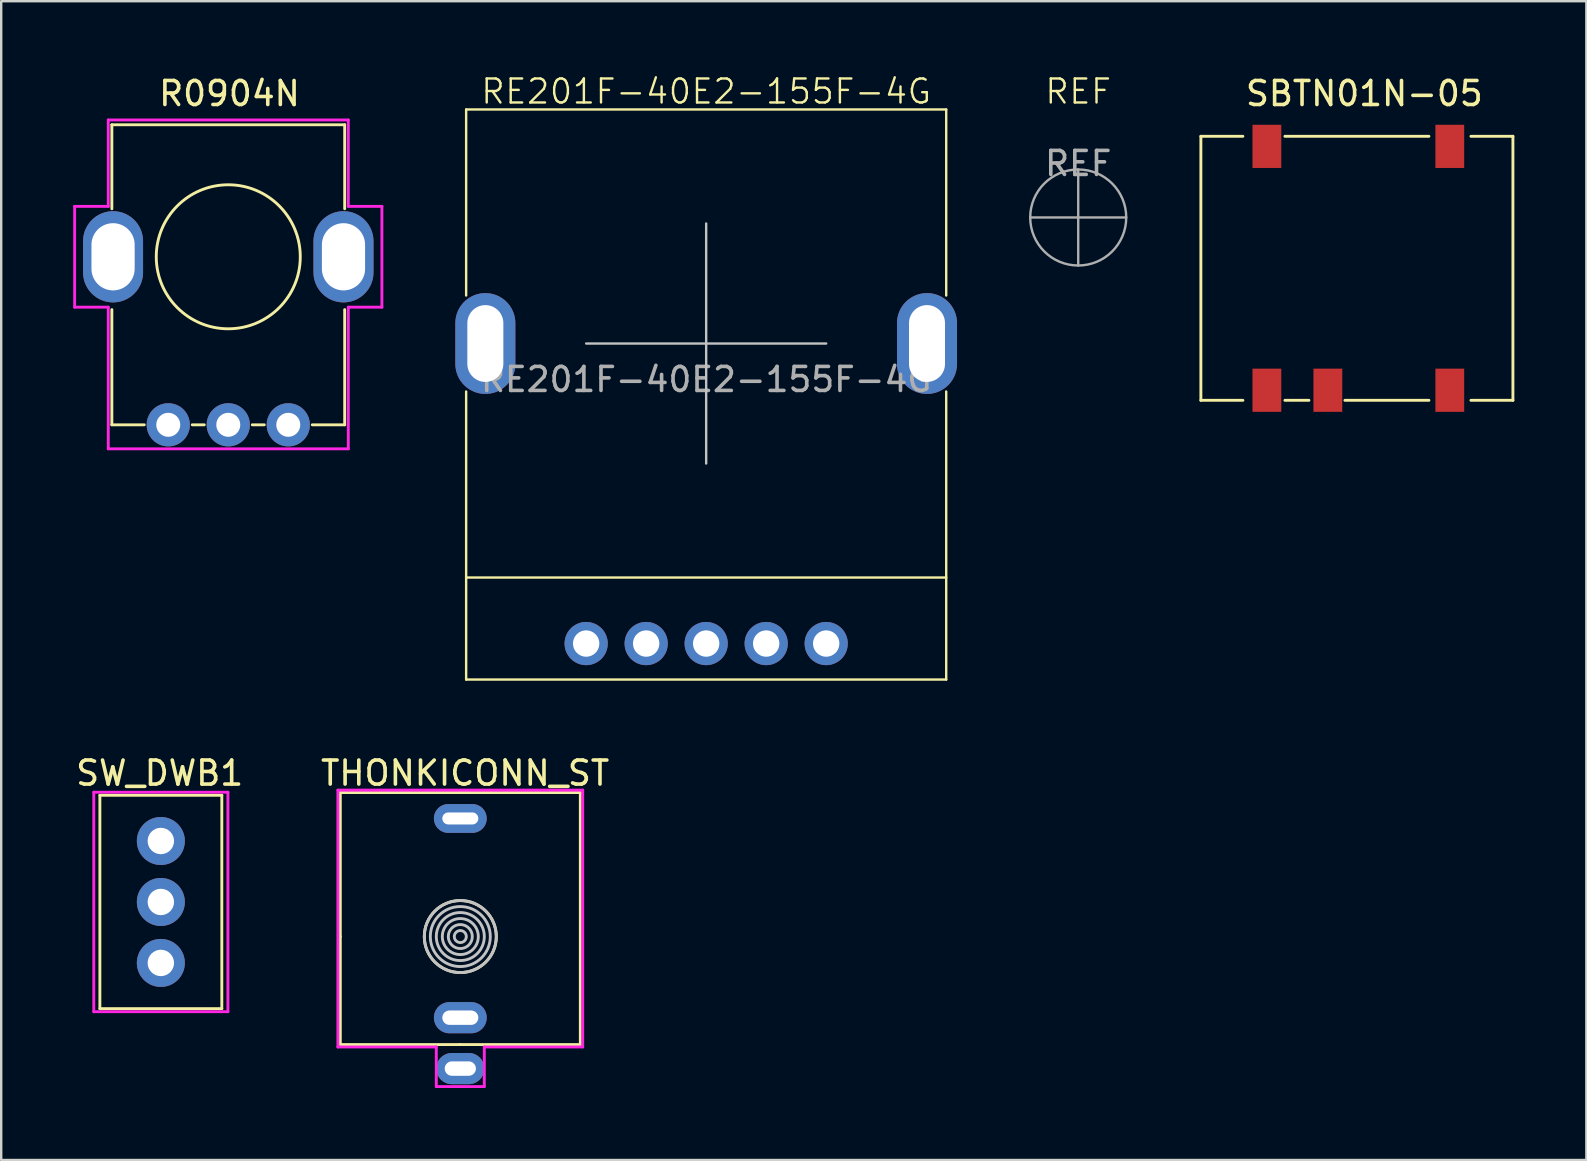
<source format=kicad_pcb>
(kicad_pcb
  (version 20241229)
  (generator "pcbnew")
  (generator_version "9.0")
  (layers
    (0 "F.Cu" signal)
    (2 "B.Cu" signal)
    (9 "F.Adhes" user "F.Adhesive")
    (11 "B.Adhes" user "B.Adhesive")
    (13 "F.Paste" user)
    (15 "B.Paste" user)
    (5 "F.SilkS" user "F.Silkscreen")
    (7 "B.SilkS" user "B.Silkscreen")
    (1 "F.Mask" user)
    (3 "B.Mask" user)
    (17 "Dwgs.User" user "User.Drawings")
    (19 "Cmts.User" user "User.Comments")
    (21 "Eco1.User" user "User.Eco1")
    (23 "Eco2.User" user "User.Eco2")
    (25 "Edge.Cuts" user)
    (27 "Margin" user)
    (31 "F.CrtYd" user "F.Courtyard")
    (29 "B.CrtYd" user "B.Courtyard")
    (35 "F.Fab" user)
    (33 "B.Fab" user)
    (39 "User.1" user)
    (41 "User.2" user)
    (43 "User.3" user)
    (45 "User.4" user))
  (footprint "SW_DWB1"
    (layer "F.Cu")
    (at 3.651 34.527)
    (property "Reference" "SW_DWB1" (at -0.05 -5.368 0) (layer "F.SilkS") (effects (font (size 1 1) (thickness 0.15))))
    (attr through_hole)
    (fp_line (start -2.54 -4.445) (end -2.54 4.445) (stroke (width 0.12) (type solid)) (layer "F.SilkS"))
    (fp_line (start -2.54 -4.445) (end 2.54 -4.445) (stroke (width 0.12) (type solid)) (layer "F.SilkS"))
    (fp_line (start -2.54 4.445) (end 2.54 4.445) (stroke (width 0.12) (type solid)) (layer "F.SilkS"))
    (fp_line (start 2.54 -4.445) (end 2.54 4.445) (stroke (width 0.12) (type solid)) (layer "F.SilkS"))
    (fp_circle (center 0 0) (end 2.5 0) (stroke (width 0.1) (type default)) (fill no) (layer "Eco1.User"))
    (fp_line (start -2.794 -4.572) (end 2.794 -4.572) (stroke (width 0.12) (type solid)) (layer "F.CrtYd"))
    (fp_line (start -2.794 4.572) (end -2.794 -4.572) (stroke (width 0.12) (type solid)) (layer "F.CrtYd"))
    (fp_line (start 2.794 -4.572) (end 2.794 4.572) (stroke (width 0.12) (type solid)) (layer "F.CrtYd"))
    (fp_line (start 2.794 4.572) (end -2.794 4.572) (stroke (width 0.12) (type solid)) (layer "F.CrtYd"))
    (pad "1" thru_hole circle (at 0 2.54) (size 2 2) (drill 1.1) (layers "*.Cu" "*.Mask"))
    (pad "2" thru_hole circle (at 0 0) (size 2 2) (drill 1.1) (layers "*.Cu" "*.Mask"))
    (pad "3" thru_hole circle (at 0 -2.54) (size 2 2) (drill 1.1) (layers "*.Cu" "*.Mask")))
  (footprint "THONKICONN_ST"
    (layer "F.Cu")
    (at 16.127 35.968)
    (property "Reference" "THONKICONN_ST" (at 0.2 -6.809 0) (layer "F.SilkS") (effects (font (size 1 1) (thickness 0.15))))
    (attr through_hole)
    (fp_line (start -5 -6) (end -5 0) (stroke (width 0.12) (type solid)) (layer "F.SilkS"))
    (fp_line (start -5 -6) (end 0 -6) (stroke (width 0.12) (type solid)) (layer "F.SilkS"))
    (fp_line (start -5 0) (end -5 4.5) (stroke (width 0.12) (type solid)) (layer "F.SilkS"))
    (fp_line (start -5 4.5) (end 0 4.5) (stroke (width 0.12) (type solid)) (layer "F.SilkS"))
    (fp_line (start 0 4.5) (end 5 4.5) (stroke (width 0.12) (type solid)) (layer "F.SilkS"))
    (fp_line (start 5 -6) (end 0 -6) (stroke (width 0.12) (type solid)) (layer "F.SilkS"))
    (fp_line (start 5 4.5) (end 5 -6) (stroke (width 0.12) (type solid)) (layer "F.SilkS"))
    (fp_circle (center 0 0) (end -1.5 0) (stroke (width 0.12) (type solid)) (fill no) (layer "F.SilkS"))
    (fp_circle (center 0 0) (end -1.5 0) (stroke (width 0.12) (type solid)) (fill no) (layer "Dwgs.User"))
    (fp_circle (center 0 0) (end -1.25 0) (stroke (width 0.12) (type solid)) (fill no) (layer "Dwgs.User"))
    (fp_circle (center 0 0) (end -1 0) (stroke (width 0.12) (type solid)) (fill no) (layer "Dwgs.User"))
    (fp_circle (center 0 0) (end -0.75 0) (stroke (width 0.12) (type solid)) (fill no) (layer "Dwgs.User"))
    (fp_circle (center 0 0) (end -0.5 0) (stroke (width 0.12) (type solid)) (fill no) (layer "Dwgs.User"))
    (fp_circle (center 0 0) (end -0.25 0) (stroke (width 0.12) (type solid)) (fill no) (layer "Dwgs.User"))
    (fp_circle (center 0 0) (end 3.1 0) (stroke (width 0.1) (type default)) (fill no) (layer "Eco1.User"))
    (fp_line (start -5.1 -6.1) (end 5.1 -6.1) (stroke (width 0.12) (type solid)) (layer "F.CrtYd"))
    (fp_line (start -5.1 4.6) (end -5.1 -6.1) (stroke (width 0.12) (type solid)) (layer "F.CrtYd"))
    (fp_line (start -5.1 4.6) (end -1 4.6) (stroke (width 0.12) (type solid)) (layer "F.CrtYd"))
    (fp_line (start -1 4.6) (end -1 6.25) (stroke (width 0.12) (type solid)) (layer "F.CrtYd"))
    (fp_line (start -1 6.25) (end 1 6.25) (stroke (width 0.12) (type solid)) (layer "F.CrtYd"))
    (fp_line (start 1 4.6) (end 5.1 4.6) (stroke (width 0.12) (type solid)) (layer "F.CrtYd"))
    (fp_line (start 1 6.25) (end 1 4.6) (stroke (width 0.12) (type solid)) (layer "F.CrtYd"))
    (fp_line (start 5.1 -6.1) (end 5.1 4.6) (stroke (width 0.12) (type solid)) (layer "F.CrtYd"))
    (pad "R" thru_hole oval (at 0 3.38) (size 2.2 1.3) (drill oval 1.5 0.6) (layers "*.Cu" "*.Mask"))
    (pad "S" thru_hole oval (at 0 5.5) (size 2 1.3) (drill oval 1.3 0.6) (layers "*.Cu" "*.Mask"))
    (pad "T" thru_hole oval (at 0 -4.92) (size 2.2 1.2) (drill oval 1.5 0.5) (layers "*.Cu" "*.Mask")))
  (footprint "RE201F-40E2-155F-4G"
    (layer "F.Cu")
    (at 26.37 11.261)
    (property "Reference" "RE201F-40E2-155F-4G" (at 0 -10.5 0) (unlocked yes) (layer "F.SilkS") (effects (font (size 1 1) (thickness 0.1))))
    (attr through_hole)
    (fp_line (start -10 -9.75) (end -10 -2) (stroke (width 0.1) (type default)) (layer "F.SilkS"))
    (fp_line (start -10 -9.75) (end 10 -9.75) (stroke (width 0.1) (type default)) (layer "F.SilkS"))
    (fp_line (start -10 2) (end -10 14) (stroke (width 0.1) (type default)) (layer "F.SilkS"))
    (fp_line (start -10 14) (end 10 14) (stroke (width 0.1) (type default)) (layer "F.SilkS"))
    (fp_line (start 10 -9.75) (end 10 -2) (stroke (width 0.1) (type default)) (layer "F.SilkS"))
    (fp_line (start 10 9.75) (end -10 9.75) (stroke (width 0.1) (type default)) (layer "F.SilkS"))
    (fp_line (start 10 14) (end 10 2) (stroke (width 0.1) (type default)) (layer "F.SilkS"))
    (fp_line (start -5 0) (end 5 0) (stroke (width 0.1) (type default)) (layer "Dwgs.User"))
    (fp_line (start 0 -5) (end 0 5) (stroke (width 0.1) (type default)) (layer "Dwgs.User"))
    (fp_circle (center 0 0) (end 5.25 0) (stroke (width 0.1) (type default)) (fill no) (layer "Eco1.User"))
    (fp_circle (center 0 0) (end 5.25 0) (stroke (width 0.1) (type default)) (fill no) (layer "Eco1.User"))
    (fp_text user "${REFERENCE}" (at 0 1.5 0) (unlocked yes) (layer "F.Fab") (effects (font (size 1 1) (thickness 0.15))))
    (pad "" thru_hole oval (at -9.2 0) (size 2.5 4.2) (drill oval 1.5 3.2) (layers "*.Cu" "*.Mask"))
    (pad "" thru_hole oval (at 9.2 0) (size 2.5 4.2) (drill oval 1.5 3.2) (layers "*.Cu" "*.Mask"))
    (pad "1" thru_hole circle (at 5 12.5) (size 1.8 1.8) (drill 1.1) (layers "*.Cu" "*.Mask"))
    (pad "2" thru_hole circle (at 2.5 12.5) (size 1.8 1.8) (drill 1.1) (layers "*.Cu" "*.Mask"))
    (pad "3" thru_hole circle (at 0 12.5) (size 1.8 1.8) (drill 1.1) (layers "*.Cu" "*.Mask"))
    (pad "4" thru_hole circle (at -2.5 12.5) (size 1.8 1.8) (drill 1.1) (layers "*.Cu" "*.Mask"))
    (pad "5" thru_hole circle (at -5 12.5) (size 1.8 1.8) (drill 1.1) (layers "*.Cu" "*.Mask")))
  (footprint "REF"
    (layer "F.Cu")
    (at 41.87 6.011)
    (property "Reference" "REF" (at 0 -5.25 0) (unlocked yes) (layer "F.SilkS") (effects (font (size 1 1) (thickness 0.1))))
    (attr smd)
    (fp_line (start -2 0) (end 2 0) (stroke (width 0.1) (type default)) (layer "F.Fab"))
    (fp_line (start 0 2) (end 0 -2) (stroke (width 0.1) (type default)) (layer "F.Fab"))
    (fp_circle (center 0 0) (end 2 0) (stroke (width 0.1) (type default)) (fill no) (layer "F.Fab"))
    (fp_text user "${REFERENCE}" (at 0 -2.25 0) (unlocked yes) (layer "F.Fab") (effects (font (size 1 1) (thickness 0.15)))))
  (footprint "R0904N"
    (layer "F.Cu")
    (at 6.46 7.648)
    (property "Reference" "R0904N" (at 0.05 -6.8 0) (layer "F.SilkS") (effects (font (size 1 1) (thickness 0.15))))
    (attr through_hole)
    (fp_line (start -4.85 -5.5) (end -4.85 -2) (stroke (width 0.12) (type solid)) (layer "F.SilkS"))
    (fp_line (start -4.85 -5.5) (end 4.85 -5.5) (stroke (width 0.12) (type solid)) (layer "F.SilkS"))
    (fp_line (start -4.85 2.2) (end -4.85 7) (stroke (width 0.12) (type solid)) (layer "F.SilkS"))
    (fp_line (start -4.85 7) (end -3.5 7) (stroke (width 0.12) (type solid)) (layer "F.SilkS"))
    (fp_line (start -1.5 7) (end -1 7) (stroke (width 0.12) (type solid)) (layer "F.SilkS"))
    (fp_line (start 1 7) (end 1.5 7) (stroke (width 0.12) (type solid)) (layer "F.SilkS"))
    (fp_line (start 4.85 -5.5) (end 4.85 -2) (stroke (width 0.12) (type solid)) (layer "F.SilkS"))
    (fp_line (start 4.85 2.2) (end 4.85 7) (stroke (width 0.12) (type solid)) (layer "F.SilkS"))
    (fp_line (start 4.85 7) (end 3.5 7) (stroke (width 0.12) (type solid)) (layer "F.SilkS"))
    (fp_circle (center 0 0) (end 3 0) (stroke (width 0.12) (type solid)) (fill no) (layer "F.SilkS"))
    (fp_circle (center 0 0) (end 0 -3.25) (stroke (width 0.1) (type default)) (fill no) (layer "Eco1.User"))
    (fp_line (start -6.4 -2.1) (end -5 -2.1) (stroke (width 0.12) (type solid)) (layer "F.CrtYd"))
    (fp_line (start -6.4 2.1) (end -6.4 -2.1) (stroke (width 0.12) (type solid)) (layer "F.CrtYd"))
    (fp_line (start -5 -5.7) (end 5 -5.7) (stroke (width 0.12) (type solid)) (layer "F.CrtYd"))
    (fp_line (start -5 -2.1) (end -5 -5.7) (stroke (width 0.12) (type solid)) (layer "F.CrtYd"))
    (fp_line (start -5 2.1) (end -6.4 2.1) (stroke (width 0.12) (type solid)) (layer "F.CrtYd"))
    (fp_line (start -5 8) (end -5 2.1) (stroke (width 0.12) (type solid)) (layer "F.CrtYd"))
    (fp_line (start 5 -5.7) (end 5 -2.1) (stroke (width 0.12) (type solid)) (layer "F.CrtYd"))
    (fp_line (start 5 -2.1) (end 6.4 -2.1) (stroke (width 0.12) (type solid)) (layer "F.CrtYd"))
    (fp_line (start 5 2.1) (end 5 8) (stroke (width 0.12) (type solid)) (layer "F.CrtYd"))
    (fp_line (start 5 8) (end -5 8) (stroke (width 0.12) (type solid)) (layer "F.CrtYd"))
    (fp_line (start 6.4 -2.1) (end 6.4 2.1) (stroke (width 0.12) (type solid)) (layer "F.CrtYd"))
    (fp_line (start 6.4 2.1) (end 5 2.1) (stroke (width 0.12) (type solid)) (layer "F.CrtYd"))
    (pad "1" thru_hole oval (at -4.8 0) (size 2.5 3.8) (drill oval 1.8 2.8) (layers "*.Cu" "*.Mask"))
    (pad "1" thru_hole circle (at -2.5 7) (size 1.8 1.8) (drill 1) (layers "*.Cu" "*.Mask"))
    (pad "1" thru_hole oval (at 4.8 0) (size 2.5 3.8) (drill oval 1.8 2.8) (layers "*.Cu" "*.Mask"))
    (pad "2" thru_hole circle (at 0 7) (size 1.8 1.8) (drill 1) (layers "*.Cu" "*.Mask"))
    (pad "3" thru_hole circle (at 2.5 7) (size 1.8 1.8) (drill 1) (layers "*.Cu" "*.Mask")))
  (footprint "SBTN01N-05"
    (layer "F.Cu")
    (at 53.54 8.128)
    (property "Reference" "SBTN01N-05" (at 0.25 -7.28 0) (layer "F.SilkS") (effects (font (size 1 1) (thickness 0.15))))
    (attr through_hole)
    (fp_line (start -6.56 -5.5) (end -6.56 5.5) (stroke (width 0.12) (type solid)) (layer "F.SilkS"))
    (fp_line (start -6.56 -5.5) (end -4.81 -5.5) (stroke (width 0.12) (type solid)) (layer "F.SilkS"))
    (fp_line (start -6.56 5.5) (end -4.81 5.5) (stroke (width 0.12) (type solid)) (layer "F.SilkS"))
    (fp_line (start -3.06 -5.5) (end 2.94 -5.5) (stroke (width 0.12) (type solid)) (layer "F.SilkS"))
    (fp_line (start -3.06 5.5) (end -2.06 5.5) (stroke (width 0.12) (type solid)) (layer "F.SilkS"))
    (fp_line (start -0.56 5.5) (end 2.94 5.5) (stroke (width 0.12) (type solid)) (layer "F.SilkS"))
    (fp_line (start 4.69 -5.5) (end 6.44 -5.5) (stroke (width 0.12) (type solid)) (layer "F.SilkS"))
    (fp_line (start 4.69 5.5) (end 6.44 5.5) (stroke (width 0.12) (type solid)) (layer "F.SilkS"))
    (fp_line (start 6.44 -5.5) (end 6.44 5.5) (stroke (width 0.12) (type solid)) (layer "F.SilkS"))
    (pad "1" smd rect (at -3.81 5.08) (size 1.2 1.8) (layers "F.Cu" "F.Mask" "F.Paste"))
    (pad "2" smd rect (at -1.27 5.08) (size 1.2 1.8) (layers "F.Cu" "F.Mask" "F.Paste"))
    (pad "4" smd rect (at 3.81 5.08) (size 1.2 1.8) (layers "F.Cu" "F.Mask" "F.Paste"))
    (pad "5" smd rect (at 3.81 -5.08) (size 1.2 1.8) (layers "F.Cu" "F.Mask" "F.Paste"))
    (pad "8" smd rect (at -3.81 -5.08) (size 1.2 1.8) (layers "F.Cu" "F.Mask" "F.Paste")))
  (gr_rect
    (start -3 -3)
    (end 63.04 45.278)
    (stroke (width 0.1) (type default))
    (fill no)
    (layer "Edge.Cuts")))
</source>
